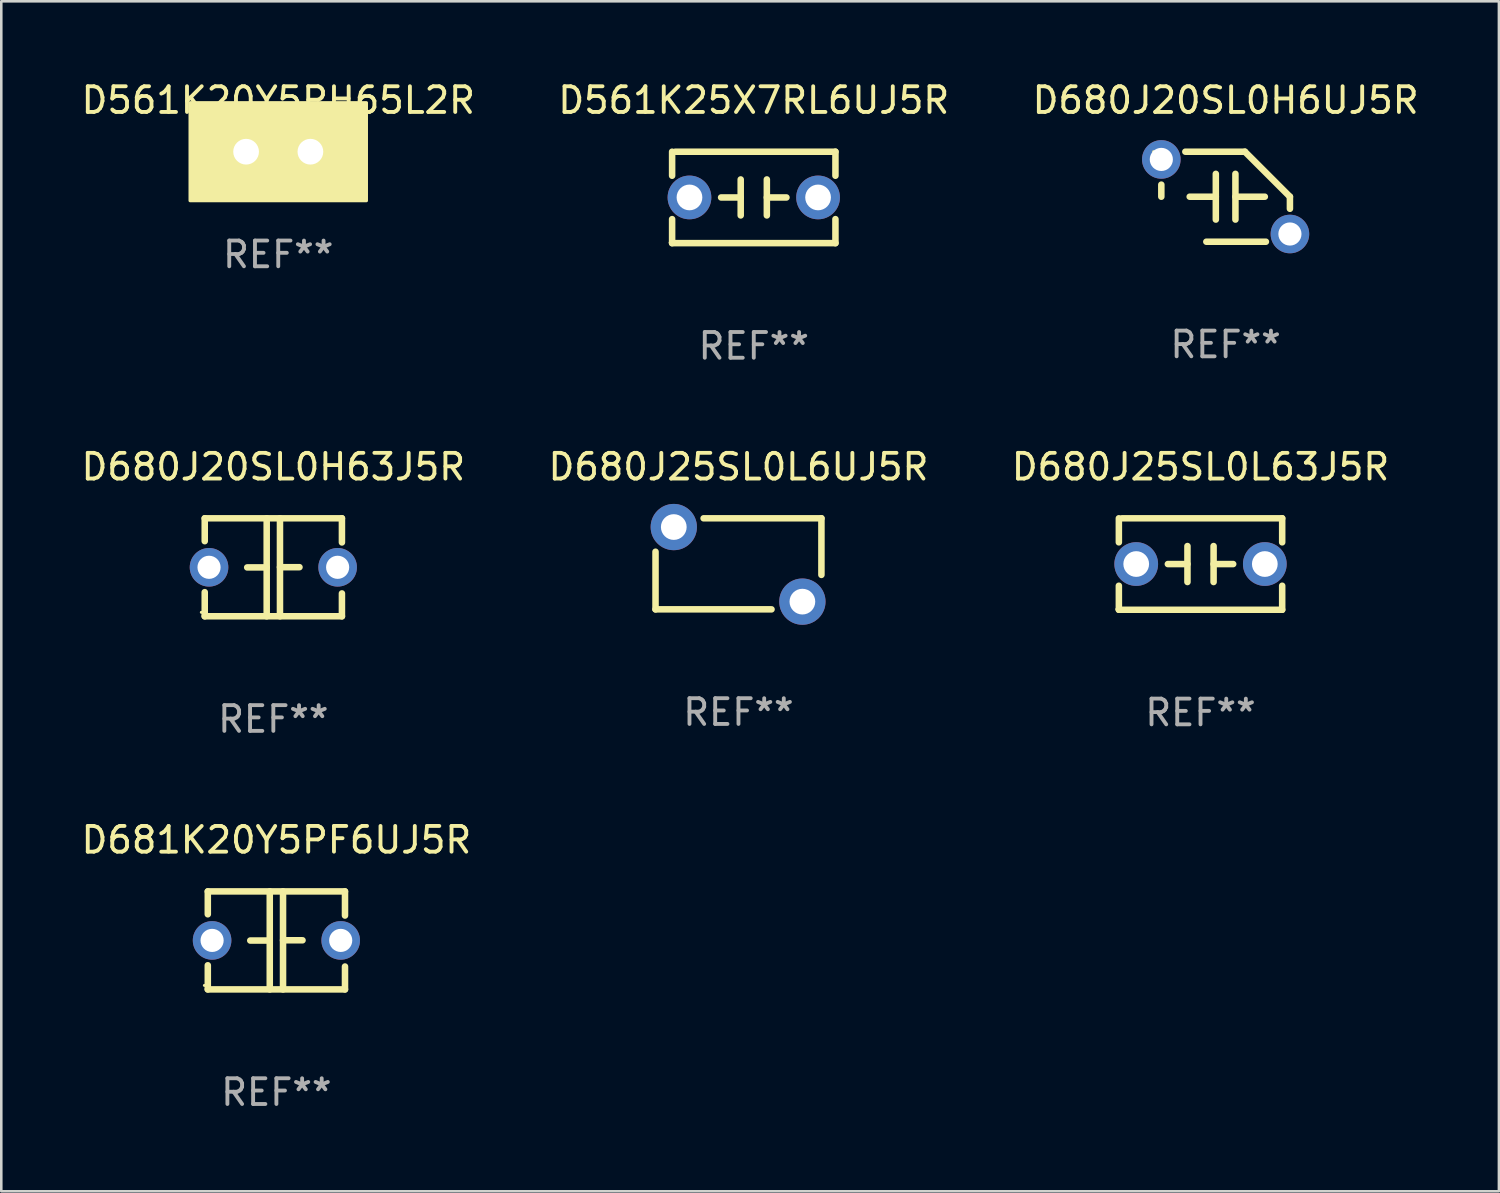
<source format=kicad_pcb>
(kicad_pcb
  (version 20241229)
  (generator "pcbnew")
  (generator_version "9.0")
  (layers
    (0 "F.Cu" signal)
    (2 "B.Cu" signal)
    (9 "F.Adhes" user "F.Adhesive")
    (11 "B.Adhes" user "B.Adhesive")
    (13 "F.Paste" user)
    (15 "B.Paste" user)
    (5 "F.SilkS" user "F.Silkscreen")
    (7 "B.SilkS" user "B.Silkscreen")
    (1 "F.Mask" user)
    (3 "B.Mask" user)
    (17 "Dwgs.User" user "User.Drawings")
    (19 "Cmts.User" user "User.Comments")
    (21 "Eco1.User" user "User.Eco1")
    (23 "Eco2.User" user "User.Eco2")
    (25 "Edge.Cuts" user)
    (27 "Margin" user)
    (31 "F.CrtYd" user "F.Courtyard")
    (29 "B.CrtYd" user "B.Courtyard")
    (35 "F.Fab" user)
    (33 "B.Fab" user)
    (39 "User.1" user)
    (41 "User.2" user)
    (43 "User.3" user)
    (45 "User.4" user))
  (footprint "D680J25SL0L63J5R"
    (layer "F.Cu")
    (at 43.625 18.879)
    (property "Reference" "D680J25SL0L63J5R" (at 0 -3.778 0) (layer "F.SilkS") (effects (font (size 1 1) (thickness 0.15))))
    (attr through_hole)
    (fp_line (start -3.175 -1.778) (end -3.175 -0.844) (stroke (width 0.254) (type solid)) (layer "F.SilkS"))
    (fp_line (start -3.175 0.844) (end -3.175 1.778) (stroke (width 0.254) (type solid)) (layer "F.SilkS"))
    (fp_line (start -3.175 1.778) (end 3.175 1.778) (stroke (width 0.254) (type solid)) (layer "F.SilkS"))
    (fp_line (start -0.508 -0.699) (end -0.508 0.699) (stroke (width 0.254) (type solid)) (layer "F.SilkS"))
    (fp_line (start -0.508 0.001) (end -1.27 0.001) (stroke (width 0.254) (type solid)) (layer "F.SilkS"))
    (fp_line (start 0.508 0.001) (end 1.27 0.001) (stroke (width 0.254) (type solid)) (layer "F.SilkS"))
    (fp_line (start 0.508 0.699) (end 0.508 -0.699) (stroke (width 0.254) (type solid)) (layer "F.SilkS"))
    (fp_line (start 3.175 -1.778) (end -3.048 -1.778) (stroke (width 0.254) (type solid)) (layer "F.SilkS"))
    (fp_line (start 3.175 -0.844) (end 3.175 -1.778) (stroke (width 0.254) (type solid)) (layer "F.SilkS"))
    (fp_line (start 3.175 1.778) (end 3.175 0.844) (stroke (width 0.254) (type solid)) (layer "F.SilkS"))
    (fp_circle (center -3.25 1.75) (end -3.22 1.75) (stroke (width 0.06) (type solid)) (fill no) (layer "F.SilkS"))
    (fp_text user "REF**" (at 0 5.778 0) (layer "F.Fab") (effects (font (size 1 1) (thickness 0.15))))
    (pad "1" thru_hole circle (at -2.5 0) (size 1.7 1.7) (drill 1) (layers "*.Cu" "*.Mask"))
    (pad "2" thru_hole circle (at 2.5 0) (size 1.7 1.7) (drill 1) (layers "*.Cu" "*.Mask")))
  (footprint "D680J25SL0L6UJ5R"
    (layer "F.Cu")
    (at 25.661 18.871)
    (property "Reference" "D680J25SL0L6UJ5R" (at 0 -3.77 0) (layer "F.SilkS") (effects (font (size 1 1) (thickness 0.15))))
    (attr through_hole)
    (fp_line (start -3.225 1.77) (end -3.225 -0.47) (stroke (width 0.254) (type solid)) (layer "F.SilkS"))
    (fp_line (start 1.285 1.77) (end -3.225 1.77) (stroke (width 0.254) (type solid)) (layer "F.SilkS"))
    (fp_line (start 3.225 -1.77) (end -1.355 -1.77) (stroke (width 0.254) (type solid)) (layer "F.SilkS"))
    (fp_line (start 3.225 -1.77) (end 3.225 0.43) (stroke (width 0.254) (type solid)) (layer "F.SilkS"))
    (fp_circle (center -3.265 1.77) (end -3.235 1.77) (stroke (width 0.06) (type solid)) (fill no) (layer "F.SilkS"))
    (fp_text user "REF**" (at 0 5.77 0) (layer "F.Fab") (effects (font (size 1 1) (thickness 0.15))))
    (pad "1" thru_hole circle (at -2.515 -1.43) (size 1.8 1.8) (drill 1) (layers "*.Cu" "*.Mask"))
    (pad "2" thru_hole circle (at 2.485 1.47) (size 1.8 1.8) (drill 1) (layers "*.Cu" "*.Mask")))
  (footprint "D561K25X7RL6UJ5R"
    (layer "F.Cu")
    (at 26.256 4.626)
    (property "Reference" "D561K25X7RL6UJ5R" (at 0 -3.778 0) (layer "F.SilkS") (effects (font (size 1 1) (thickness 0.15))))
    (attr through_hole)
    (fp_line (start -3.175 -1.778) (end -3.175 -0.844) (stroke (width 0.254) (type solid)) (layer "F.SilkS"))
    (fp_line (start -3.175 0.844) (end -3.175 1.778) (stroke (width 0.254) (type solid)) (layer "F.SilkS"))
    (fp_line (start -3.175 1.778) (end 3.175 1.778) (stroke (width 0.254) (type solid)) (layer "F.SilkS"))
    (fp_line (start -0.508 -0.699) (end -0.508 0.699) (stroke (width 0.254) (type solid)) (layer "F.SilkS"))
    (fp_line (start -0.508 0.001) (end -1.27 0.001) (stroke (width 0.254) (type solid)) (layer "F.SilkS"))
    (fp_line (start 0.508 0.001) (end 1.27 0.001) (stroke (width 0.254) (type solid)) (layer "F.SilkS"))
    (fp_line (start 0.508 0.699) (end 0.508 -0.699) (stroke (width 0.254) (type solid)) (layer "F.SilkS"))
    (fp_line (start 3.175 -1.778) (end -3.048 -1.778) (stroke (width 0.254) (type solid)) (layer "F.SilkS"))
    (fp_line (start 3.175 -0.844) (end 3.175 -1.778) (stroke (width 0.254) (type solid)) (layer "F.SilkS"))
    (fp_line (start 3.175 1.778) (end 3.175 0.844) (stroke (width 0.254) (type solid)) (layer "F.SilkS"))
    (fp_circle (center -3.25 1.75) (end -3.22 1.75) (stroke (width 0.06) (type solid)) (fill no) (layer "F.SilkS"))
    (fp_text user "REF**" (at 0 5.778 0) (layer "F.Fab") (effects (font (size 1 1) (thickness 0.15))))
    (pad "1" thru_hole circle (at -2.5 0) (size 1.7 1.7) (drill 1) (layers "*.Cu" "*.Mask"))
    (pad "2" thru_hole circle (at 2.5 0) (size 1.7 1.7) (drill 1) (layers "*.Cu" "*.Mask")))
  (footprint "D561K20Y5PH65L2R"
    (layer "F.Cu")
    (at 7.768 2.848)
    (property "Reference" "D561K20Y5PH65L2R" (at 0 -2 0) (layer "F.SilkS") (effects (font (size 1 1) (thickness 0.15))))
    (attr through_hole)
    (fp_circle (center -3.25 1.75) (end -3.22 1.75) (stroke (width 0.06) (type solid)) (fill no) (layer "F.SilkS"))
    (fp_poly (pts (xy -3.429 -1.905) (xy 3.429 -1.905) (xy 3.429 1.905) (xy -3.429 1.905)) (stroke (width 0.12) (type solid)) (fill yes) (layer "F.SilkS"))
    (fp_text user "REF**" (at 0 4 0) (layer "F.Fab") (effects (font (size 1 1) (thickness 0.15))))
    (pad "1" thru_hole circle (at -1.25 0) (size 1.6 1.6) (drill 1) (layers "*.Cu" "*.Mask"))
    (pad "2" thru_hole circle (at 1.25 0) (size 1.6 1.6) (drill 1) (layers "*.Cu" "*.Mask")))
  (footprint "D680J20SL0H6UJ5R"
    (layer "F.Cu")
    (at 44.601 4.598)
    (property "Reference" "D680J20SL0H6UJ5R" (at 0 -3.75 0) (layer "F.SilkS") (effects (font (size 1 1) (thickness 0.15))))
    (attr through_hole)
    (fp_line (start -2.5 0) (end -2.5 -0.469) (stroke (width 0.254) (type solid)) (layer "F.SilkS"))
    (fp_line (start -1.397 0) (end -0.381 0) (stroke (width 0.254) (type solid)) (layer "F.SilkS"))
    (fp_line (start -0.75 1.75) (end 1.566 1.75) (stroke (width 0.254) (type solid)) (layer "F.SilkS"))
    (fp_line (start -0.381 -0.889) (end -0.381 0.889) (stroke (width 0.254) (type solid)) (layer "F.SilkS"))
    (fp_line (start 0.381 -0.889) (end 0.381 0.889) (stroke (width 0.254) (type solid)) (layer "F.SilkS"))
    (fp_line (start 0.75 -1.75) (end -1.566 -1.75) (stroke (width 0.254) (type solid)) (layer "F.SilkS"))
    (fp_line (start 1.524 0) (end 0.381 0) (stroke (width 0.254) (type solid)) (layer "F.SilkS"))
    (fp_line (start 2.5 0) (end 2.5 0.469) (stroke (width 0.254) (type solid)) (layer "F.SilkS"))
    (fp_arc (start -2.499962 0) (mid 2.499984 -0.000022) (end -2.499962 0) (stroke (width 0.254001) (type solid)) (layer "F.SilkS"))
    (fp_arc (start 2.500013 0) (mid 1.623463 -0.873464) (end 0.749999 -1.750014) (stroke (width 0.254001) (type solid)) (layer "F.SilkS"))
    (fp_circle (center -2.8 -1.75) (end -2.77 -1.75) (stroke (width 0.06) (type solid)) (fill no) (layer "F.SilkS"))
    (fp_text user "REF**" (at 0 5.75 0) (layer "F.Fab") (effects (font (size 1 1) (thickness 0.15))))
    (pad "1" thru_hole circle (at -2.5 -1.45) (size 1.5 1.5) (drill 0.9) (layers "*.Cu" "*.Mask"))
    (pad "2" thru_hole circle (at 2.5 1.45) (size 1.5 1.5) (drill 0.9) (layers "*.Cu" "*.Mask")))
  (footprint "D681K20Y5PF6UJ5R"
    (layer "F.Cu")
    (at 7.696 33.512)
    (property "Reference" "D681K20Y5PF6UJ5R" (at 0 -3.905 0) (layer "F.SilkS") (effects (font (size 1 1) (thickness 0.15))))
    (attr through_hole)
    (fp_line (start -2.667 -1.905) (end -2.667 -1.016) (stroke (width 0.254) (type solid)) (layer "F.SilkS"))
    (fp_line (start -2.667 0.967) (end -2.667 1.905) (stroke (width 0.254) (type solid)) (layer "F.SilkS"))
    (fp_line (start -2.667 1.905) (end 2.667 1.905) (stroke (width 0.254) (type solid)) (layer "F.SilkS"))
    (fp_line (start -0.258 0.005) (end -1.016 0.005) (stroke (width 0.254) (type solid)) (layer "F.SilkS"))
    (fp_line (start -0.258 1.905) (end -0.258 -1.905) (stroke (width 0.254) (type solid)) (layer "F.SilkS"))
    (fp_line (start 0.258 -1.905) (end 0.258 1.905) (stroke (width 0.254) (type solid)) (layer "F.SilkS"))
    (fp_line (start 0.258 -0.005) (end 1.016 -0.005) (stroke (width 0.254) (type solid)) (layer "F.SilkS"))
    (fp_line (start 2.667 -1.905) (end -2.667 -1.905) (stroke (width 0.254) (type solid)) (layer "F.SilkS"))
    (fp_line (start 2.667 -0.967) (end 2.667 -1.905) (stroke (width 0.254) (type solid)) (layer "F.SilkS"))
    (fp_line (start 2.667 1.905) (end 2.667 1.016) (stroke (width 0.254) (type solid)) (layer "F.SilkS"))
    (fp_circle (center -2.8 1.75) (end -2.77 1.75) (stroke (width 0.06) (type solid)) (fill no) (layer "F.SilkS"))
    (fp_text user "REF**" (at 0 5.905 0) (layer "F.Fab") (effects (font (size 1 1) (thickness 0.15))))
    (pad "1" thru_hole circle (at -2.5 0) (size 1.5 1.5) (drill 0.9) (layers "*.Cu" "*.Mask"))
    (pad "2" thru_hole circle (at 2.5 0) (size 1.5 1.5) (drill 0.9) (layers "*.Cu" "*.Mask")))
  (footprint "D680J20SL0H63J5R"
    (layer "F.Cu")
    (at 7.577 19.006)
    (property "Reference" "D680J20SL0H63J5R" (at 0 -3.905 0) (layer "F.SilkS") (effects (font (size 1 1) (thickness 0.15))))
    (attr through_hole)
    (fp_line (start -2.667 -1.905) (end -2.667 -1.016) (stroke (width 0.254) (type solid)) (layer "F.SilkS"))
    (fp_line (start -2.667 0.967) (end -2.667 1.905) (stroke (width 0.254) (type solid)) (layer "F.SilkS"))
    (fp_line (start -2.667 1.905) (end 2.667 1.905) (stroke (width 0.254) (type solid)) (layer "F.SilkS"))
    (fp_line (start -0.258 0.005) (end -1.016 0.005) (stroke (width 0.254) (type solid)) (layer "F.SilkS"))
    (fp_line (start -0.258 1.905) (end -0.258 -1.905) (stroke (width 0.254) (type solid)) (layer "F.SilkS"))
    (fp_line (start 0.258 -1.905) (end 0.258 1.905) (stroke (width 0.254) (type solid)) (layer "F.SilkS"))
    (fp_line (start 0.258 -0.005) (end 1.016 -0.005) (stroke (width 0.254) (type solid)) (layer "F.SilkS"))
    (fp_line (start 2.667 -1.905) (end -2.667 -1.905) (stroke (width 0.254) (type solid)) (layer "F.SilkS"))
    (fp_line (start 2.667 -0.967) (end 2.667 -1.905) (stroke (width 0.254) (type solid)) (layer "F.SilkS"))
    (fp_line (start 2.667 1.905) (end 2.667 1.016) (stroke (width 0.254) (type solid)) (layer "F.SilkS"))
    (fp_circle (center -2.8 1.75) (end -2.77 1.75) (stroke (width 0.06) (type solid)) (fill no) (layer "F.SilkS"))
    (fp_text user "REF**" (at 0 5.905 0) (layer "F.Fab") (effects (font (size 1 1) (thickness 0.15))))
    (pad "1" thru_hole circle (at -2.5 0) (size 1.5 1.5) (drill 0.9) (layers "*.Cu" "*.Mask"))
    (pad "2" thru_hole circle (at 2.5 0) (size 1.5 1.5) (drill 0.9) (layers "*.Cu" "*.Mask")))
  (gr_rect
    (start -3 -3)
    (end 55.226 43.266)
    (stroke (width 0.1) (type default))
    (fill no)
    (layer "Edge.Cuts")))
</source>
